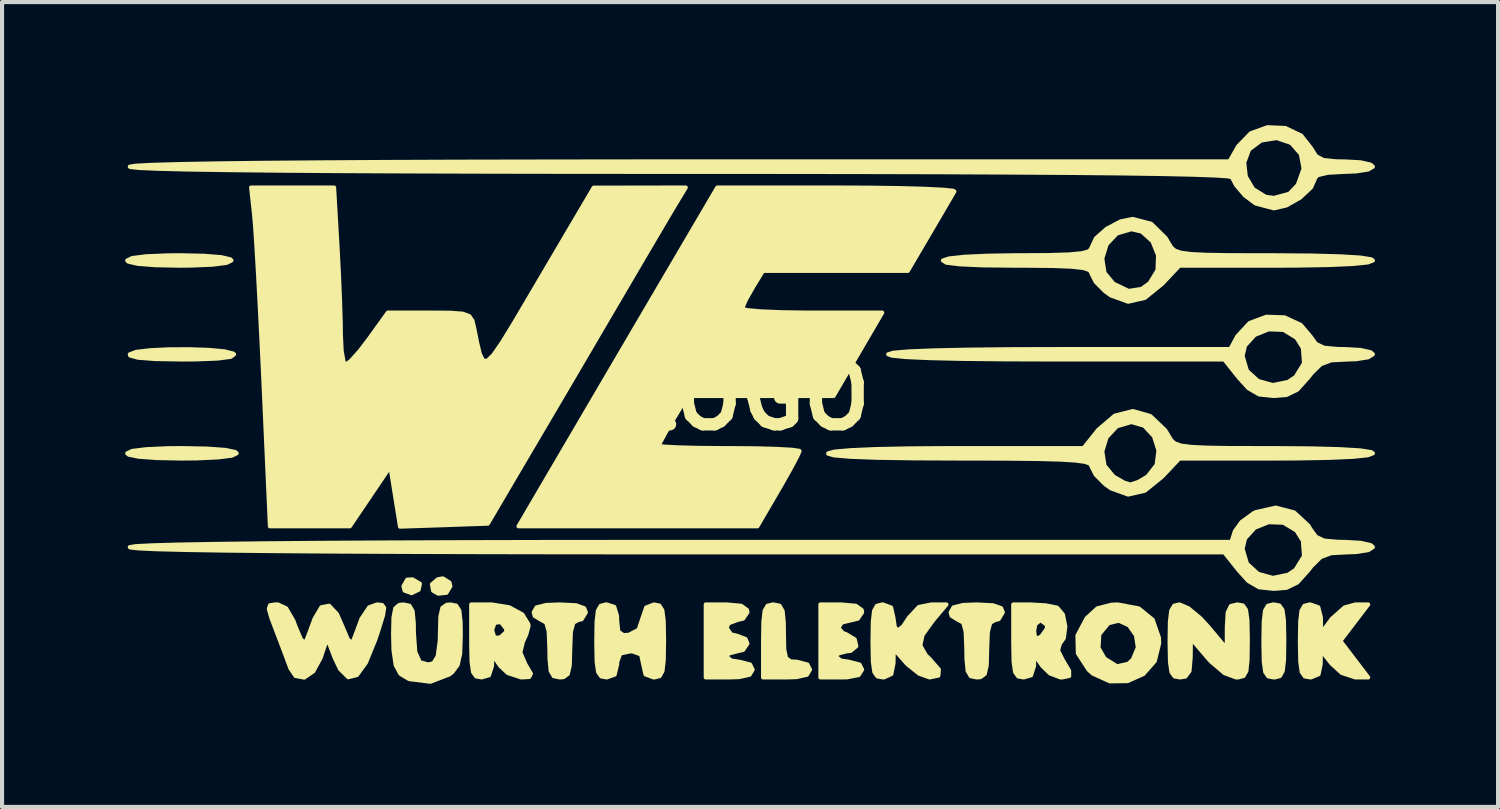
<source format=kicad_pcb>
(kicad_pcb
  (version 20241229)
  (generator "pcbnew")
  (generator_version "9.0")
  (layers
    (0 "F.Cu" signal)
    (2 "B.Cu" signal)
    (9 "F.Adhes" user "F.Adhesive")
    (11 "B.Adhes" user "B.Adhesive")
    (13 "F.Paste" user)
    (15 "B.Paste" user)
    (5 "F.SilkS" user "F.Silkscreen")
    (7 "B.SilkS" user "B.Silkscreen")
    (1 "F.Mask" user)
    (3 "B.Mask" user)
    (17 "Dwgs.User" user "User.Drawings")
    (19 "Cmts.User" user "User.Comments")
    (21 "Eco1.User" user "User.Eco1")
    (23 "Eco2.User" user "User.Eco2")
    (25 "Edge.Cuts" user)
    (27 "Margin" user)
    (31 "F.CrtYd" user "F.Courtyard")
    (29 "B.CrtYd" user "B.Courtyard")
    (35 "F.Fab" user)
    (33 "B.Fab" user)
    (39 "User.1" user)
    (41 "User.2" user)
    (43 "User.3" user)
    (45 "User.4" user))
  (footprint "LOGO"
    (layer "F.Cu")
    (at 15.163 6.599)
    (property "Reference" "LOGO" (at 0 0 0) (layer "F.SilkS") (effects (font (size 1.524 1.524) (thickness 0.3))))
    (attr through_hole)
    (fp_poly (pts (xy -7.981 4.575) (xy -8.012 4.721) (xy -8.185 4.804) (xy -8.354 4.742) (xy -8.382 4.636) (xy -8.291 4.475) (xy -8.16 4.469) (xy -7.981 4.575)) (stroke (width 0.1) (type solid)) (fill yes) (layer "F.SilkS"))
    (fp_poly (pts (xy -7.239 4.636) (xy -7.334 4.795) (xy -7.534 4.817) (xy -7.659 4.745) (xy -7.688 4.589) (xy -7.543 4.466) (xy -7.422 4.445) (xy -7.26 4.547) (xy -7.239 4.636)) (stroke (width 0.1) (type solid)) (fill yes) (layer "F.SilkS"))
    (fp_poly (pts (xy -12.573 -3.302) (xy -12.694 -3.243) (xy -13.032 -3.2) (xy -13.55 -3.178) (xy -13.843 -3.175) (xy -14.433 -3.187) (xy -14.86 -3.221) (xy -15.086 -3.273) (xy -15.113 -3.302) (xy -14.992 -3.361) (xy -14.654 -3.404) (xy -14.136 -3.426) (xy -13.843 -3.429) (xy -13.253 -3.417) (xy -12.826 -3.383) (xy -12.6 -3.331) (xy -12.573 -3.302)) (stroke (width 0.1) (type solid)) (fill yes) (layer "F.SilkS"))
    (fp_poly (pts (xy -12.51 -1.016) (xy -12.59 -0.954) (xy -12.911 -0.912) (xy -13.458 -0.891) (xy -13.78 -0.889) (xy -14.426 -0.9) (xy -14.852 -0.933) (xy -15.043 -0.986) (xy -15.05 -1.016) (xy -14.892 -1.075) (xy -14.551 -1.115) (xy -14.096 -1.137) (xy -13.597 -1.139) (xy -13.123 -1.123) (xy -12.744 -1.088) (xy -12.53 -1.034) (xy -12.51 -1.016)) (stroke (width 0.1) (type solid)) (fill yes) (layer "F.SilkS"))
    (fp_poly (pts (xy -12.446 1.397) (xy -12.567 1.455) (xy -12.907 1.497) (xy -13.433 1.521) (xy -13.78 1.524) (xy -14.39 1.512) (xy -14.834 1.48) (xy -15.077 1.43) (xy -15.113 1.397) (xy -14.992 1.339) (xy -14.652 1.297) (xy -14.126 1.273) (xy -13.78 1.27) (xy -13.169 1.282) (xy -12.725 1.314) (xy -12.482 1.364) (xy -12.446 1.397)) (stroke (width 0.1) (type solid)) (fill yes) (layer "F.SilkS"))
    (fp_poly (pts (xy 1.524 6.668) (xy 1.449 6.793) (xy 1.195 6.85) (xy 0.953 6.858) (xy 0.381 6.858) (xy 0.381 5.969) (xy 0.388 5.502) (xy 0.419 5.234) (xy 0.489 5.112) (xy 0.615 5.08) (xy 0.635 5.08) (xy 0.782 5.11) (xy 0.858 5.241) (xy 0.886 5.533) (xy 0.889 5.779) (xy 0.897 6.179) (xy 0.941 6.387) (xy 1.048 6.466) (xy 1.206 6.477) (xy 1.462 6.543) (xy 1.524 6.668)) (stroke (width 0.1) (type solid)) (fill yes) (layer "F.SilkS"))
    (fp_poly (pts (xy 13.081 5.969) (xy 13.074 6.436) (xy 13.043 6.704) (xy 12.973 6.826) (xy 12.847 6.858) (xy 12.827 6.858) (xy 12.694 6.834) (xy 12.617 6.726) (xy 12.582 6.479) (xy 12.573 6.04) (xy 12.573 5.969) (xy 12.58 5.502) (xy 12.611 5.234) (xy 12.681 5.112) (xy 12.807 5.08) (xy 12.827 5.08) (xy 12.96 5.104) (xy 13.037 5.212) (xy 13.072 5.459) (xy 13.081 5.898) (xy 13.081 5.969)) (stroke (width 0.1) (type solid)) (fill yes) (layer "F.SilkS"))
    (fp_poly (pts (xy -3.937 5.271) (xy -4.039 5.439) (xy -4.128 5.461) (xy -4.242 5.524) (xy -4.302 5.744) (xy -4.318 6.16) (xy -4.329 6.563) (xy -4.377 6.773) (xy -4.483 6.851) (xy -4.572 6.858) (xy -4.719 6.828) (xy -4.795 6.697) (xy -4.823 6.405) (xy -4.826 6.16) (xy -4.843 5.738) (xy -4.903 5.521) (xy -5.016 5.461) (xy -5.185 5.359) (xy -5.207 5.271) (xy -5.139 5.151) (xy -4.904 5.092) (xy -4.572 5.08) (xy -4.173 5.1) (xy -3.978 5.171) (xy -3.937 5.271)) (stroke (width 0.1) (type solid)) (fill yes) (layer "F.SilkS"))
    (fp_poly (pts (xy 6.223 5.271) (xy 6.121 5.439) (xy 6.032 5.461) (xy 5.918 5.524) (xy 5.858 5.744) (xy 5.842 6.16) (xy 5.831 6.563) (xy 5.783 6.773) (xy 5.677 6.851) (xy 5.588 6.858) (xy 5.441 6.828) (xy 5.365 6.697) (xy 5.337 6.405) (xy 5.334 6.16) (xy 5.317 5.738) (xy 5.257 5.521) (xy 5.144 5.461) (xy 4.975 5.359) (xy 4.953 5.271) (xy 5.021 5.151) (xy 5.256 5.092) (xy 5.588 5.08) (xy 5.987 5.1) (xy 6.182 5.171) (xy 6.223 5.271)) (stroke (width 0.1) (type solid)) (fill yes) (layer "F.SilkS"))
    (fp_poly (pts (xy 0.127 6.668) (xy 0.052 6.793) (xy -0.202 6.85) (xy -0.445 6.858) (xy -1.016 6.858) (xy -1.016 5.969) (xy -1.016 5.08) (xy -0.508 5.08) (xy -0.155 5.111) (xy -0.009 5.216) (xy 0 5.271) (xy -0.106 5.426) (xy -0.254 5.461) (xy -0.461 5.54) (xy -0.508 5.652) (xy -0.402 5.807) (xy -0.254 5.842) (xy -0.047 5.921) (xy 0 6.032) (xy -0.106 6.188) (xy -0.254 6.223) (xy -0.46 6.276) (xy -0.508 6.35) (xy -0.399 6.445) (xy -0.191 6.477) (xy 0.065 6.543) (xy 0.127 6.668)) (stroke (width 0.1) (type solid)) (fill yes) (layer "F.SilkS"))
    (fp_poly (pts (xy 2.794 6.668) (xy 2.71 6.8) (xy 2.432 6.855) (xy 2.286 6.858) (xy 1.778 6.858) (xy 1.778 5.969) (xy 1.778 5.08) (xy 2.286 5.08) (xy 2.639 5.111) (xy 2.785 5.216) (xy 2.794 5.271) (xy 2.689 5.426) (xy 2.547 5.461) (xy 2.299 5.52) (xy 2.214 5.648) (xy 2.323 5.775) (xy 2.4 5.802) (xy 2.615 5.93) (xy 2.653 6.097) (xy 2.511 6.212) (xy 2.413 6.223) (xy 2.207 6.276) (xy 2.159 6.35) (xy 2.268 6.445) (xy 2.477 6.477) (xy 2.732 6.543) (xy 2.794 6.668)) (stroke (width 0.1) (type solid)) (fill yes) (layer "F.SilkS"))
    (fp_poly (pts (xy 10.033 6.023) (xy 9.926 6.459) (xy 9.647 6.776) (xy 9.513 6.835) (xy 9.513 6.129) (xy 9.467 5.83) (xy 9.298 5.59) (xy 9.051 5.475) (xy 8.795 5.538) (xy 8.575 5.804) (xy 8.554 6.138) (xy 8.702 6.398) (xy 9.005 6.587) (xy 9.282 6.525) (xy 9.392 6.42) (xy 9.513 6.129) (xy 9.513 6.835) (xy 9.261 6.948) (xy 8.83 6.953) (xy 8.418 6.766) (xy 8.313 6.673) (xy 8.051 6.269) (xy 8.041 5.838) (xy 8.264 5.415) (xy 8.528 5.174) (xy 8.873 5.085) (xy 9.026 5.08) (xy 9.536 5.176) (xy 9.875 5.452) (xy 10.027 5.891) (xy 10.033 6.023)) (stroke (width 0.1) (type solid)) (fill yes) (layer "F.SilkS"))
    (fp_poly (pts (xy 15.126 6.858) (xy 14.811 6.858) (xy 14.481 6.748) (xy 14.233 6.523) (xy 13.97 6.189) (xy 13.97 6.523) (xy 13.917 6.781) (xy 13.729 6.858) (xy 13.716 6.858) (xy 13.583 6.834) (xy 13.506 6.726) (xy 13.471 6.479) (xy 13.462 6.04) (xy 13.462 5.969) (xy 13.469 5.502) (xy 13.5 5.234) (xy 13.57 5.112) (xy 13.696 5.08) (xy 13.716 5.08) (xy 13.91 5.148) (xy 13.973 5.392) (xy 13.974 5.429) (xy 13.978 5.779) (xy 14.239 5.429) (xy 14.549 5.153) (xy 14.813 5.08) (xy 15.126 5.08) (xy 14.787 5.524) (xy 14.448 5.969) (xy 14.787 6.413) (xy 15.126 6.858)) (stroke (width 0.1) (type solid)) (fill yes) (layer "F.SilkS"))
    (fp_poly (pts (xy -6.985 5.835) (xy -7 6.283) (xy -7.062 6.555) (xy -7.192 6.729) (xy -7.267 6.787) (xy -7.728 6.963) (xy -8.234 6.9) (xy -8.255 6.892) (xy -8.456 6.771) (xy -8.572 6.557) (xy -8.625 6.192) (xy -8.634 5.81) (xy -8.625 5.396) (xy -8.582 5.175) (xy -8.484 5.091) (xy -8.382 5.08) (xy -8.234 5.111) (xy -8.158 5.244) (xy -8.13 5.54) (xy -8.128 5.765) (xy -8.094 6.237) (xy -7.982 6.488) (xy -7.775 6.543) (xy -7.652 6.511) (xy -7.549 6.347) (xy -7.497 5.966) (xy -7.493 5.768) (xy -7.482 5.368) (xy -7.433 5.161) (xy -7.324 5.087) (xy -7.239 5.08) (xy -7.097 5.108) (xy -7.02 5.231) (xy -6.989 5.508) (xy -6.985 5.835)) (stroke (width 0.1) (type solid)) (fill yes) (layer "F.SilkS"))
    (fp_poly (pts (xy -5.276 6.768) (xy -5.318 6.847) (xy -5.514 6.858) (xy -5.837 6.752) (xy -5.876 6.716) (xy -5.876 5.676) (xy -6.009 5.508) (xy -6.16 5.528) (xy -6.223 5.7) (xy -6.167 5.89) (xy -6.027 5.886) (xy -5.88 5.754) (xy -5.876 5.676) (xy -5.876 6.716) (xy -6.025 6.576) (xy -6.223 6.293) (xy -6.223 6.576) (xy -6.298 6.806) (xy -6.477 6.858) (xy -6.61 6.834) (xy -6.687 6.726) (xy -6.722 6.479) (xy -6.731 6.04) (xy -6.731 5.969) (xy -6.731 5.08) (xy -6.232 5.08) (xy -5.808 5.147) (xy -5.486 5.322) (xy -5.337 5.563) (xy -5.334 5.605) (xy -5.389 5.81) (xy -5.47 5.986) (xy -5.534 6.249) (xy -5.408 6.543) (xy -5.404 6.549) (xy -5.276 6.768)) (stroke (width 0.1) (type solid)) (fill yes) (layer "F.SilkS"))
    (fp_poly (pts (xy 4.849 5.08) (xy 4.52 5.471) (xy 4.269 5.82) (xy 4.212 6.079) (xy 4.345 6.315) (xy 4.445 6.413) (xy 4.664 6.665) (xy 4.652 6.814) (xy 4.439 6.858) (xy 4.185 6.767) (xy 3.905 6.545) (xy 3.871 6.509) (xy 3.564 6.16) (xy 3.56 6.509) (xy 3.507 6.774) (xy 3.329 6.857) (xy 3.302 6.858) (xy 3.169 6.834) (xy 3.092 6.726) (xy 3.057 6.479) (xy 3.048 6.04) (xy 3.048 5.969) (xy 3.055 5.502) (xy 3.086 5.234) (xy 3.156 5.112) (xy 3.282 5.08) (xy 3.302 5.08) (xy 3.501 5.154) (xy 3.556 5.397) (xy 3.592 5.636) (xy 3.662 5.715) (xy 3.792 5.615) (xy 3.937 5.397) (xy 4.176 5.141) (xy 4.478 5.08) (xy 4.849 5.08)) (stroke (width 0.1) (type solid)) (fill yes) (layer "F.SilkS"))
    (fp_poly (pts (xy 12.192 5.969) (xy 12.186 6.434) (xy 12.158 6.701) (xy 12.088 6.823) (xy 11.96 6.857) (xy 11.906 6.858) (xy 11.626 6.754) (xy 11.294 6.472) (xy 11.213 6.382) (xy 10.805 5.905) (xy 10.8 6.382) (xy 10.772 6.702) (xy 10.671 6.837) (xy 10.541 6.858) (xy 10.408 6.834) (xy 10.331 6.726) (xy 10.296 6.479) (xy 10.287 6.04) (xy 10.287 5.969) (xy 10.294 5.501) (xy 10.326 5.232) (xy 10.397 5.11) (xy 10.522 5.08) (xy 10.53 5.08) (xy 10.744 5.172) (xy 11.031 5.409) (xy 11.226 5.62) (xy 11.679 6.16) (xy 11.682 5.62) (xy 11.702 5.275) (xy 11.78 5.117) (xy 11.938 5.08) (xy 12.071 5.104) (xy 12.148 5.212) (xy 12.183 5.459) (xy 12.192 5.898) (xy 12.192 5.969)) (stroke (width 0.1) (type solid)) (fill yes) (layer "F.SilkS"))
    (fp_poly (pts (xy 7.84 6.823) (xy 7.674 6.857) (xy 7.627 6.858) (xy 7.373 6.761) (xy 7.3 6.69) (xy 7.3 5.664) (xy 7.294 5.574) (xy 7.14 5.46) (xy 7.016 5.56) (xy 6.985 5.731) (xy 7.013 5.914) (xy 7.132 5.877) (xy 7.174 5.843) (xy 7.3 5.664) (xy 7.3 6.69) (xy 7.183 6.576) (xy 6.985 6.293) (xy 6.985 6.576) (xy 6.91 6.806) (xy 6.731 6.858) (xy 6.598 6.834) (xy 6.521 6.726) (xy 6.486 6.479) (xy 6.477 6.04) (xy 6.477 5.969) (xy 6.477 5.08) (xy 6.911 5.08) (xy 7.271 5.102) (xy 7.54 5.155) (xy 7.546 5.157) (xy 7.688 5.327) (xy 7.746 5.616) (xy 7.71 5.9) (xy 7.613 6.037) (xy 7.568 6.2) (xy 7.677 6.421) (xy 7.839 6.696) (xy 7.84 6.823)) (stroke (width 0.1) (type solid)) (fill yes) (layer "F.SilkS"))
    (fp_poly (pts (xy -2.032 5.969) (xy -2.039 6.436) (xy -2.07 6.704) (xy -2.14 6.826) (xy -2.266 6.858) (xy -2.286 6.858) (xy -2.485 6.784) (xy -2.54 6.54) (xy -2.592 6.299) (xy -2.799 6.224) (xy -2.857 6.223) (xy -3.099 6.275) (xy -3.174 6.482) (xy -3.175 6.54) (xy -3.235 6.789) (xy -3.429 6.858) (xy -3.562 6.834) (xy -3.639 6.726) (xy -3.674 6.479) (xy -3.683 6.04) (xy -3.683 5.969) (xy -3.676 5.502) (xy -3.645 5.234) (xy -3.575 5.112) (xy -3.449 5.08) (xy -3.429 5.08) (xy -3.245 5.138) (xy -3.178 5.357) (xy -3.175 5.47) (xy -3.147 5.74) (xy -3.025 5.827) (xy -2.889 5.819) (xy -2.652 5.697) (xy -2.563 5.429) (xy -2.468 5.154) (xy -2.278 5.08) (xy -2.148 5.106) (xy -2.074 5.221) (xy -2.04 5.478) (xy -2.032 5.931) (xy -2.032 5.969)) (stroke (width 0.1) (type solid)) (fill yes) (layer "F.SilkS"))
    (fp_poly (pts (xy -8.852 5.161) (xy -8.878 5.339) (xy -8.982 5.679) (xy -9.068 5.937) (xy -9.295 6.495) (xy -9.515 6.8) (xy -9.726 6.853) (xy -9.928 6.653) (xy -10.054 6.388) (xy -10.24 5.905) (xy -10.4 6.382) (xy -10.578 6.709) (xy -10.801 6.862) (xy -11.012 6.822) (xy -11.137 6.636) (xy -11.228 6.39) (xy -11.369 6.016) (xy -11.45 5.806) (xy -11.601 5.406) (xy -11.663 5.189) (xy -11.634 5.099) (xy -11.514 5.08) (xy -11.441 5.08) (xy -11.239 5.174) (xy -11.063 5.479) (xy -11.011 5.62) (xy -10.877 5.936) (xy -10.78 6.012) (xy -10.75 5.969) (xy -10.652 5.71) (xy -10.548 5.429) (xy -10.382 5.147) (xy -10.194 5.111) (xy -10.002 5.314) (xy -9.868 5.62) (xy -9.734 5.936) (xy -9.637 6.012) (xy -9.607 5.969) (xy -9.509 5.71) (xy -9.405 5.429) (xy -9.218 5.15) (xy -9.028 5.08) (xy -8.903 5.092) (xy -8.852 5.161)) (stroke (width 0.1) (type solid)) (fill yes) (layer "F.SilkS"))
    (fp_poly (pts (xy 5.042 -4.985) (xy 4.958 -4.838) (xy 4.778 -4.53) (xy 4.536 -4.118) (xy 4.449 -3.969) (xy 3.908 -3.048) (xy 2.143 -3.048) (xy 0.377 -3.048) (xy 0.126 -2.635) (xy -0.038 -2.344) (xy -0.123 -2.148) (xy -0.127 -2.127) (xy -0.007 -2.092) (xy 0.319 -2.063) (xy 0.807 -2.042) (xy 1.41 -2.032) (xy 1.579 -2.032) (xy 3.285 -2.032) (xy 2.692 -1.016) (xy 2.099 0) (xy 0.318 0) (xy -1.462 -0.000001) (xy -1.811 0.577) (xy -2.006 0.91) (xy -2.132 1.145) (xy -2.159 1.212) (xy -2.04 1.233) (xy -1.713 1.251) (xy -1.224 1.264) (xy -0.621 1.27) (xy -0.445 1.27) (xy 0.182 1.275) (xy 0.706 1.289) (xy 1.081 1.31) (xy 1.261 1.336) (xy 1.27 1.343) (xy 1.21 1.48) (xy 1.051 1.777) (xy 0.825 2.178) (xy 0.756 2.296) (xy 0.243 3.175) (xy -2.668 3.175) (xy -5.579 3.175) (xy -4.779 1.81) (xy -4.48 1.3) (xy -4.083 0.623) (xy -3.618 -0.17) (xy -3.116 -1.025) (xy -2.607 -1.892) (xy -2.357 -2.318) (xy -0.735 -5.08) (xy 2.18 -5.08) (xy 3.006 -5.076) (xy 3.737 -5.065) (xy 4.338 -5.048) (xy 4.774 -5.026) (xy 5.01 -5.001) (xy 5.042 -4.985)) (stroke (width 0.1) (type solid)) (fill yes) (layer "F.SilkS"))
    (fp_poly (pts (xy 15.24 -1.016) (xy 15.126 -0.943) (xy 14.835 -0.897) (xy 14.62 -0.889) (xy 14.223 -0.869) (xy 13.968 -0.773) (xy 13.745 -0.552) (xy 13.661 -0.445) (xy 13.562 -0.335) (xy 13.562 -0.797) (xy 13.535 -1.17) (xy 13.379 -1.419) (xy 13.065 -1.61) (xy 12.699 -1.624) (xy 12.359 -1.487) (xy 12.124 -1.227) (xy 12.065 -0.975) (xy 12.172 -0.612) (xy 12.442 -0.366) (xy 12.803 -0.266) (xy 13.178 -0.343) (xy 13.357 -0.464) (xy 13.562 -0.797) (xy 13.562 -0.335) (xy 13.397 -0.152) (xy 13.132 -0.024) (xy 12.826 0) (xy 12.47 -0.037) (xy 12.205 -0.19) (xy 11.975 -0.444) (xy 11.62 -0.889) (xy 7.525 -0.889) (xy 6.275 -0.893) (xy 5.242 -0.904) (xy 4.433 -0.923) (xy 3.857 -0.949) (xy 3.521 -0.983) (xy 3.429 -1.016) (xy 3.555 -1.054) (xy 3.927 -1.086) (xy 4.538 -1.111) (xy 5.381 -1.129) (xy 6.449 -1.14) (xy 7.599 -1.143) (xy 11.768 -1.143) (xy 11.935 -1.454) (xy 12.235 -1.778) (xy 12.645 -1.931) (xy 13.088 -1.916) (xy 13.484 -1.732) (xy 13.719 -1.454) (xy 13.853 -1.269) (xy 14.048 -1.176) (xy 14.386 -1.145) (xy 14.563 -1.143) (xy 14.939 -1.121) (xy 15.185 -1.066) (xy 15.24 -1.016)) (stroke (width 0.1) (type solid)) (fill yes) (layer "F.SilkS"))
    (fp_poly (pts (xy -1.503 -5.08) (xy -1.752 -4.667) (xy -1.899 -4.421) (xy -2.146 -4.002) (xy -2.468 -3.456) (xy -2.836 -2.829) (xy -3.117 -2.349) (xy -3.593 -1.538) (xy -4.127 -0.627) (xy -4.665 0.288) (xy -5.149 1.111) (xy -5.28 1.333) (xy -6.326 3.111) (xy -7.396 3.148) (xy -8.466 3.184) (xy -8.584 2.449) (xy -8.701 1.714) (xy -9.194 2.445) (xy -9.688 3.175) (xy -10.662 3.175) (xy -11.636 3.175) (xy -11.791 -0.286) (xy -11.836 -1.237) (xy -11.881 -2.139) (xy -11.924 -2.95) (xy -11.964 -3.629) (xy -11.997 -4.134) (xy -12.021 -4.413) (xy -12.094 -5.08) (xy -11.083 -5.08) (xy -10.072 -5.08) (xy -9.989 -3.651) (xy -9.955 -2.983) (xy -9.927 -2.324) (xy -9.91 -1.766) (xy -9.907 -1.492) (xy -9.888 -1.1) (xy -9.841 -0.835) (xy -9.791 -0.762) (xy -9.662 -0.858) (xy -9.441 -1.106) (xy -9.22 -1.397) (xy -8.763 -2.032) (xy -7.75 -2.032) (xy -7.246 -2.029) (xy -6.94 -2.006) (xy -6.777 -1.947) (xy -6.701 -1.834) (xy -6.664 -1.683) (xy -6.585 -1.293) (xy -6.518 -1.016) (xy -6.443 -0.865) (xy -6.34 -0.855) (xy -6.191 -0.999) (xy -5.975 -1.313) (xy -5.672 -1.808) (xy -5.264 -2.501) (xy -5.074 -2.824) (xy -3.747 -5.076) (xy -2.625 -5.078) (xy -1.503 -5.08)) (stroke (width 0.1) (type solid)) (fill yes) (layer "F.SilkS"))
    (fp_poly (pts (xy 15.24 3.683) (xy 15.126 3.756) (xy 14.835 3.802) (xy 14.62 3.81) (xy 14.223 3.83) (xy 13.968 3.926) (xy 13.745 4.147) (xy 13.661 4.255) (xy 13.562 4.364) (xy 13.562 3.902) (xy 13.535 3.529) (xy 13.379 3.28) (xy 13.065 3.089) (xy 12.699 3.075) (xy 12.359 3.212) (xy 12.124 3.472) (xy 12.065 3.724) (xy 12.172 4.087) (xy 12.442 4.333) (xy 12.803 4.433) (xy 13.178 4.356) (xy 13.357 4.235) (xy 13.562 3.902) (xy 13.562 4.364) (xy 13.397 4.547) (xy 13.132 4.675) (xy 12.826 4.699) (xy 12.47 4.662) (xy 12.205 4.509) (xy 11.975 4.255) (xy 11.62 3.81) (xy -1.754 3.81) (xy -4.21 3.809) (xy -6.416 3.805) (xy -8.374 3.799) (xy -10.081 3.791) (xy -11.537 3.78) (xy -12.742 3.767) (xy -13.696 3.752) (xy -14.397 3.734) (xy -14.846 3.713) (xy -15.041 3.691) (xy -15.05 3.683) (xy -14.908 3.66) (xy -14.515 3.639) (xy -13.872 3.621) (xy -12.982 3.605) (xy -11.846 3.591) (xy -10.468 3.579) (xy -8.849 3.57) (xy -6.991 3.563) (xy -4.897 3.558) (xy -2.569 3.556) (xy -1.589 3.556) (xy 11.794 3.556) (xy 11.877 3.295) (xy 12.042 3.067) (xy 12.338 2.854) (xy 12.384 2.831) (xy 12.871 2.72) (xy 13.32 2.836) (xy 13.669 3.16) (xy 13.72 3.247) (xy 13.854 3.431) (xy 14.05 3.524) (xy 14.391 3.554) (xy 14.563 3.556) (xy 14.939 3.578) (xy 15.185 3.633) (xy 15.24 3.683)) (stroke (width 0.1) (type solid)) (fill yes) (layer "F.SilkS"))
    (fp_poly (pts (xy 15.24 -3.302) (xy 15.116 -3.254) (xy 14.754 -3.217) (xy 14.171 -3.191) (xy 13.384 -3.177) (xy 12.882 -3.175) (xy 10.524 -3.175) (xy 10.105 -2.731) (xy 10.006 -2.651) (xy 10.006 -3.43) (xy 9.869 -3.77) (xy 9.609 -4.005) (xy 9.357 -4.064) (xy 8.999 -3.959) (xy 8.753 -3.696) (xy 8.646 -3.351) (xy 8.701 -3.001) (xy 8.918 -2.738) (xy 9.287 -2.56) (xy 9.606 -2.609) (xy 9.801 -2.75) (xy 9.992 -3.064) (xy 10.006 -3.43) (xy 10.006 -2.651) (xy 9.683 -2.39) (xy 9.276 -2.297) (xy 8.859 -2.448) (xy 8.717 -2.549) (xy 8.486 -2.78) (xy 8.382 -2.984) (xy 8.382 -2.994) (xy 8.341 -3.066) (xy 8.194 -3.117) (xy 7.907 -3.15) (xy 7.445 -3.168) (xy 6.774 -3.175) (xy 6.533 -3.175) (xy 5.741 -3.183) (xy 5.176 -3.208) (xy 4.847 -3.248) (xy 4.763 -3.302) (xy 4.917 -3.352) (xy 5.288 -3.392) (xy 5.839 -3.418) (xy 6.532 -3.429) (xy 6.611 -3.429) (xy 7.333 -3.433) (xy 7.835 -3.449) (xy 8.154 -3.479) (xy 8.324 -3.527) (xy 8.381 -3.597) (xy 8.382 -3.61) (xy 8.49 -3.841) (xy 8.756 -4.076) (xy 9.092 -4.254) (xy 9.383 -4.314) (xy 9.837 -4.197) (xy 10.189 -3.852) (xy 10.271 -3.715) (xy 10.331 -3.615) (xy 10.416 -3.542) (xy 10.561 -3.491) (xy 10.802 -3.459) (xy 11.175 -3.44) (xy 11.715 -3.431) (xy 12.459 -3.429) (xy 12.831 -3.429) (xy 13.734 -3.422) (xy 14.44 -3.403) (xy 14.933 -3.373) (xy 15.198 -3.331) (xy 15.24 -3.302)) (stroke (width 0.1) (type solid)) (fill yes) (layer "F.SilkS"))
    (fp_poly (pts (xy 15.24 1.397) (xy 15.116 1.445) (xy 14.754 1.482) (xy 14.171 1.508) (xy 13.384 1.522) (xy 12.882 1.524) (xy 10.524 1.524) (xy 10.105 1.968) (xy 10.015 2.041) (xy 10.015 1.325) (xy 9.906 0.981) (xy 9.667 0.725) (xy 9.357 0.635) (xy 8.999 0.74) (xy 8.753 1.003) (xy 8.646 1.348) (xy 8.701 1.698) (xy 8.918 1.961) (xy 9.176 2.11) (xy 9.335 2.159) (xy 9.531 2.092) (xy 9.751 1.961) (xy 9.971 1.678) (xy 10.015 1.325) (xy 10.015 2.041) (xy 9.683 2.309) (xy 9.276 2.402) (xy 8.859 2.251) (xy 8.717 2.15) (xy 8.486 1.919) (xy 8.382 1.715) (xy 8.382 1.705) (xy 8.348 1.649) (xy 8.227 1.605) (xy 7.993 1.573) (xy 7.618 1.55) (xy 7.076 1.535) (xy 6.34 1.527) (xy 5.383 1.524) (xy 5.136 1.524) (xy 4.021 1.519) (xy 3.142 1.505) (xy 2.504 1.481) (xy 2.111 1.448) (xy 1.967 1.406) (xy 1.968 1.397) (xy 2.121 1.355) (xy 2.509 1.321) (xy 3.114 1.294) (xy 3.92 1.277) (xy 4.907 1.27) (xy 5.119 1.27) (xy 8.191 1.27) (xy 8.546 0.825) (xy 8.951 0.479) (xy 9.391 0.367) (xy 9.817 0.488) (xy 10.18 0.834) (xy 10.271 0.984) (xy 10.331 1.084) (xy 10.416 1.157) (xy 10.561 1.208) (xy 10.802 1.24) (xy 11.175 1.259) (xy 11.715 1.268) (xy 12.459 1.27) (xy 12.831 1.27) (xy 13.734 1.277) (xy 14.44 1.296) (xy 14.933 1.326) (xy 15.198 1.368) (xy 15.24 1.397)) (stroke (width 0.1) (type solid)) (fill yes) (layer "F.SilkS"))
    (fp_poly (pts (xy 15.24 -5.588) (xy 15.125 -5.518) (xy 14.829 -5.472) (xy 14.541 -5.461) (xy 14.142 -5.439) (xy 13.894 -5.38) (xy 13.843 -5.328) (xy 13.735 -5.084) (xy 13.552 -4.912) (xy 13.552 -5.54) (xy 13.484 -5.898) (xy 13.252 -6.164) (xy 12.898 -6.285) (xy 12.513 -6.224) (xy 12.223 -6.006) (xy 12.105 -5.688) (xy 12.144 -5.343) (xy 12.323 -5.041) (xy 12.626 -4.854) (xy 12.827 -4.826) (xy 13.205 -4.928) (xy 13.41 -5.143) (xy 13.552 -5.54) (xy 13.552 -4.912) (xy 13.469 -4.834) (xy 13.132 -4.642) (xy 12.827 -4.572) (xy 12.381 -4.691) (xy 12.123 -4.884) (xy 11.912 -5.13) (xy 11.812 -5.315) (xy 11.811 -5.328) (xy 11.706 -5.352) (xy 11.389 -5.373) (xy 10.855 -5.392) (xy 10.1 -5.409) (xy 9.12 -5.423) (xy 7.911 -5.435) (xy 6.469 -5.444) (xy 4.79 -5.452) (xy 2.868 -5.457) (xy 0.702 -5.46) (xy -1.658 -5.461) (xy -4.124 -5.462) (xy -6.34 -5.466) (xy -8.306 -5.472) (xy -10.023 -5.48) (xy -11.488 -5.491) (xy -12.703 -5.504) (xy -13.665 -5.519) (xy -14.376 -5.537) (xy -14.834 -5.557) (xy -15.038 -5.579) (xy -15.05 -5.588) (xy -14.908 -5.611) (xy -14.515 -5.632) (xy -13.872 -5.65) (xy -12.982 -5.667) (xy -11.847 -5.681) (xy -10.469 -5.692) (xy -8.85 -5.702) (xy -6.993 -5.709) (xy -4.9 -5.713) (xy -2.572 -5.716) (xy -1.612 -5.716) (xy 11.748 -5.717) (xy 11.956 -6.084) (xy 12.263 -6.401) (xy 12.672 -6.549) (xy 13.108 -6.53) (xy 13.494 -6.345) (xy 13.738 -6.035) (xy 13.854 -5.846) (xy 14.03 -5.751) (xy 14.344 -5.718) (xy 14.562 -5.715) (xy 14.938 -5.694) (xy 15.184 -5.638) (xy 15.24 -5.588)) (stroke (width 0.1) (type solid)) (fill yes) (layer "F.SilkS")))
  (gr_rect
    (start -3 -3)
    (end 33.453 16.613)
    (stroke (width 0.1) (type default))
    (fill no)
    (layer "Edge.Cuts")))
</source>
